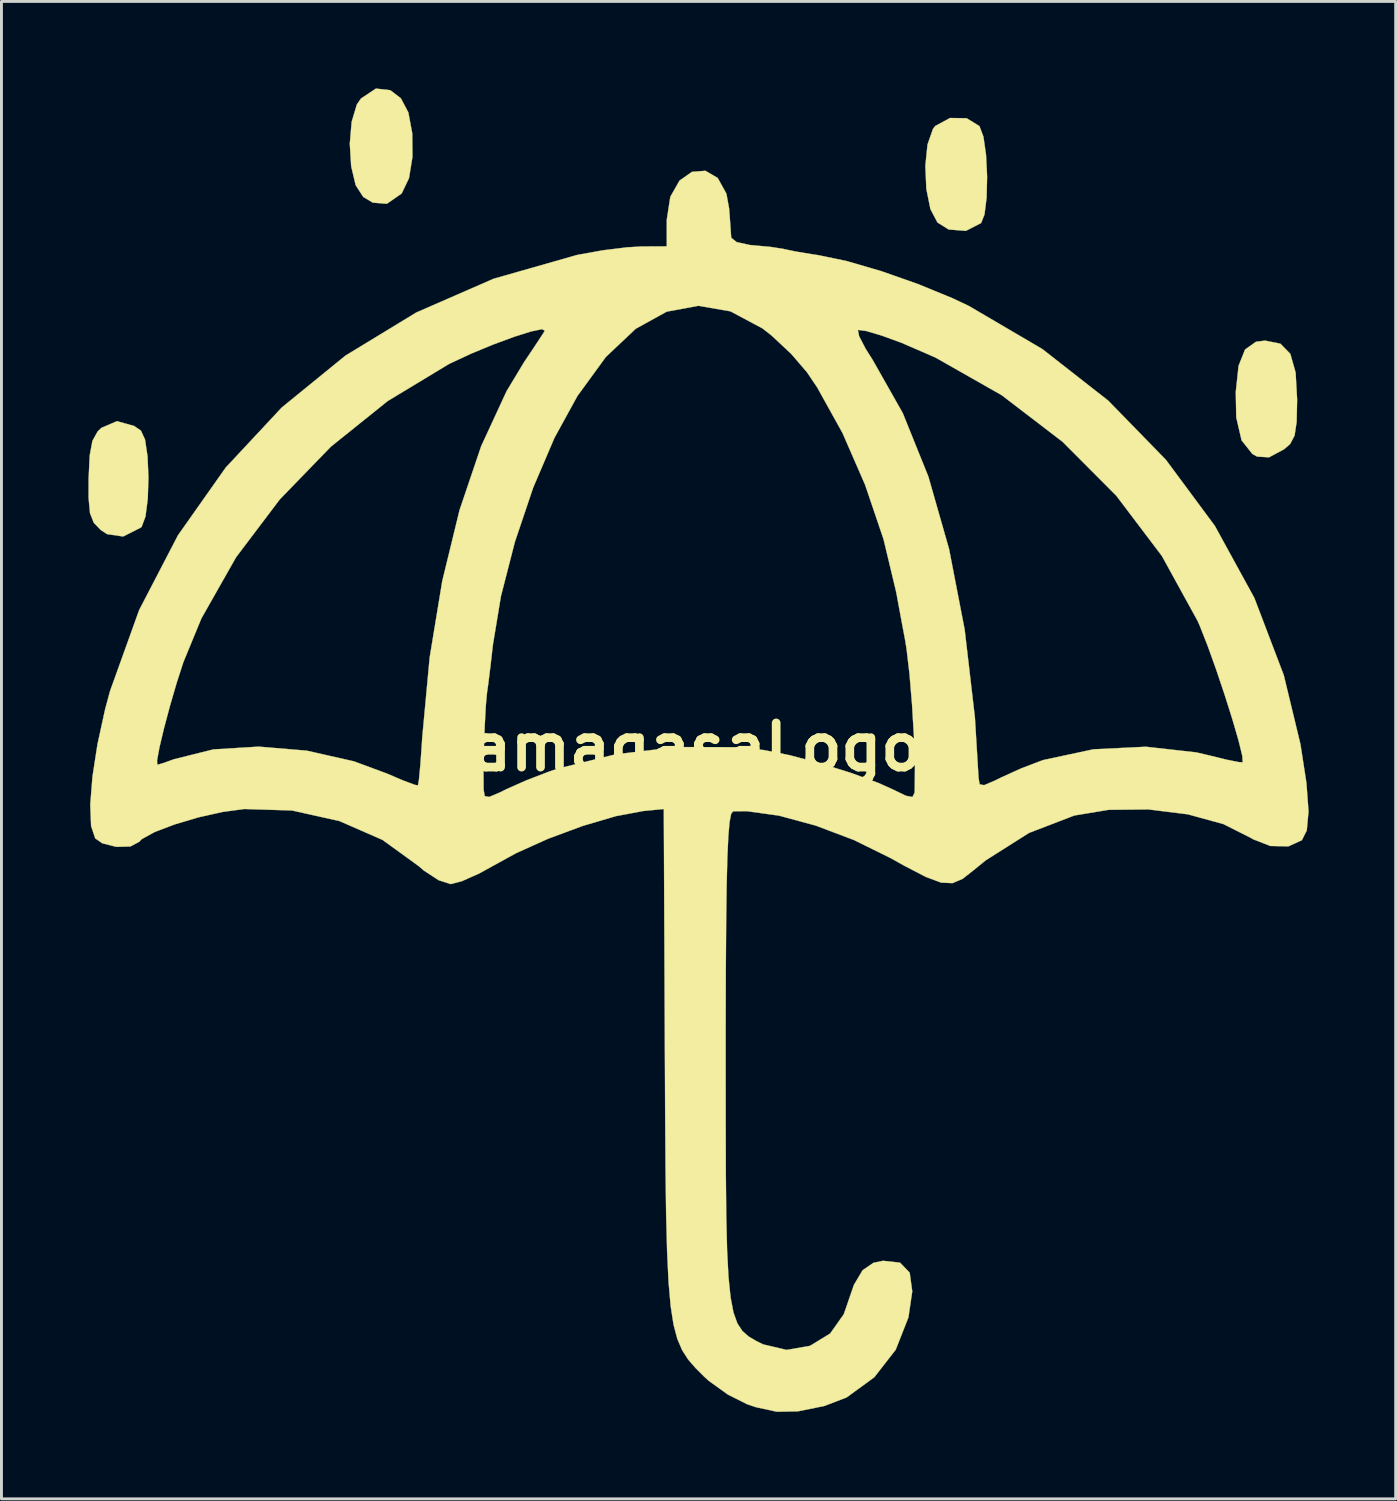
<source format=kicad_pcb>
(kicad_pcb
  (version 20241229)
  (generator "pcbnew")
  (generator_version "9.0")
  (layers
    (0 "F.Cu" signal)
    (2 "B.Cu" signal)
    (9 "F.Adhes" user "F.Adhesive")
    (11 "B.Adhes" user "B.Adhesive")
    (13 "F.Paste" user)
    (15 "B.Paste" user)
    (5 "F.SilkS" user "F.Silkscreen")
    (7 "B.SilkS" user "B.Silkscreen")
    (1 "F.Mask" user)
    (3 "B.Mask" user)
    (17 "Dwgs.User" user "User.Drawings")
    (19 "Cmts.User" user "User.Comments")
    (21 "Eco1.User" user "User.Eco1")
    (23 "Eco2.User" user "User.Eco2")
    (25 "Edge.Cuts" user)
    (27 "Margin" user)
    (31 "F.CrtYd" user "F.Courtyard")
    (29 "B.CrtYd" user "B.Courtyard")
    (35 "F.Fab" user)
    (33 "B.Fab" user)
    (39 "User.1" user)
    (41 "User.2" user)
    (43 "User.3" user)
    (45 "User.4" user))
  (footprint "amagasaLogo"
    (layer "F.Cu")
    (at 20.963 22.719)
    (property "Reference" "amagasaLogo" (at 0 0 0) (layer "F.SilkS") (effects (font (size 1.524 1.524) (thickness 0.3))))
    (attr through_hole)
    (fp_poly (pts (xy -10.55 -22.657) (xy -10.188 -22.38) (xy -9.928 -21.89) (xy -9.794 -21.166) (xy -9.787 -20.361) (xy -9.906 -19.625) (xy -10.152 -19.11) (xy -10.179 -19.081) (xy -10.67 -18.741) (xy -11.154 -18.78) (xy -11.485 -18.977) (xy -11.745 -19.379) (xy -11.901 -20.036) (xy -11.948 -20.812) (xy -11.884 -21.567) (xy -11.705 -22.165) (xy -11.564 -22.37) (xy -11.047 -22.714) (xy -10.55 -22.657)) (stroke (width 0.01) (type solid)) (fill yes) (layer "F.SilkS"))
    (fp_poly (pts (xy 9.328 -21.691) (xy 9.77 -21.418) (xy 9.907 -21.051) (xy 9.996 -20.429) (xy 10.033 -19.686) (xy 10.016 -18.955) (xy 9.943 -18.37) (xy 9.826 -18.076) (xy 9.301 -17.806) (xy 8.706 -17.854) (xy 8.321 -18.095) (xy 8.078 -18.556) (xy 7.937 -19.256) (xy 7.903 -20.048) (xy 7.978 -20.785) (xy 8.166 -21.323) (xy 8.244 -21.423) (xy 8.754 -21.699) (xy 9.328 -21.691)) (stroke (width 0.01) (type solid)) (fill yes) (layer "F.SilkS"))
    (fp_poly (pts (xy 20.148 -13.915) (xy 20.491 -13.565) (xy 20.674 -12.92) (xy 20.726 -11.986) (xy 20.709 -11.218) (xy 20.638 -10.745) (xy 20.484 -10.454) (xy 20.275 -10.273) (xy 19.756 -9.996) (xy 19.347 -10.021) (xy 19.182 -10.112) (xy 18.81 -10.581) (xy 18.626 -11.375) (xy 18.61 -12.251) (xy 18.707 -13.154) (xy 18.93 -13.714) (xy 19.306 -13.981) (xy 19.619 -14.021) (xy 20.148 -13.915)) (stroke (width 0.01) (type solid)) (fill yes) (layer "F.SilkS"))
    (fp_poly (pts (xy -19.388 -11.077) (xy -19.152 -10.916) (xy -19.01 -10.606) (xy -18.924 -10.025) (xy -18.893 -9.302) (xy -18.916 -8.57) (xy -18.994 -7.959) (xy -19.127 -7.599) (xy -19.152 -7.575) (xy -19.765 -7.265) (xy -20.322 -7.347) (xy -20.54 -7.491) (xy -20.779 -7.739) (xy -20.909 -8.07) (xy -20.958 -8.599) (xy -20.957 -9.259) (xy -20.919 -10.059) (xy -20.825 -10.564) (xy -20.647 -10.885) (xy -20.514 -11.013) (xy -19.979 -11.242) (xy -19.388 -11.077)) (stroke (width 0.01) (type solid)) (fill yes) (layer "F.SilkS"))
    (fp_poly (pts (xy 0.741 -19.631) (xy 1.042 -19.088) (xy 1.135 -18.574) (xy 1.177 -18.009) (xy 1.204 -17.614) (xy 1.207 -17.568) (xy 1.395 -17.419) (xy 1.846 -17.319) (xy 1.981 -17.307) (xy 2.568 -17.253) (xy 3.009 -17.184) (xy 3.048 -17.174) (xy 3.433 -17.094) (xy 4.024 -16.996) (xy 4.224 -16.966) (xy 5.194 -16.764) (xy 6.382 -16.417) (xy 7.644 -15.974) (xy 8.84 -15.483) (xy 9.403 -15.217) (xy 11.938 -13.73) (xy 14.211 -11.951) (xy 16.202 -9.908) (xy 17.889 -7.63) (xy 19.251 -5.145) (xy 20.266 -2.481) (xy 20.84 -0.102) (xy 21.047 1.234) (xy 21.119 2.216) (xy 21.059 2.873) (xy 20.889 3.211) (xy 20.423 3.423) (xy 19.801 3.409) (xy 19.199 3.174) (xy 19.153 3.143) (xy 18.183 2.654) (xy 16.954 2.317) (xy 15.592 2.148) (xy 14.22 2.163) (xy 13.042 2.358) (xy 11.479 2.959) (xy 9.983 3.906) (xy 9.577 4.238) (xy 9.189 4.542) (xy 8.841 4.691) (xy 8.446 4.673) (xy 7.919 4.476) (xy 7.171 4.088) (xy 6.706 3.828) (xy 5.445 3.206) (xy 4.125 2.707) (xy 2.856 2.363) (xy 1.748 2.209) (xy 1.27 2.214) (xy 1.205 2.302) (xy 1.151 2.576) (xy 1.108 3.066) (xy 1.074 3.8) (xy 1.049 4.809) (xy 1.032 6.123) (xy 1.021 7.772) (xy 1.016 9.786) (xy 1.016 10.687) (xy 1.017 12.869) (xy 1.022 14.682) (xy 1.036 16.162) (xy 1.065 17.347) (xy 1.113 18.274) (xy 1.185 18.979) (xy 1.285 19.5) (xy 1.419 19.874) (xy 1.591 20.137) (xy 1.806 20.328) (xy 2.07 20.482) (xy 2.308 20.6) (xy 3.117 20.791) (xy 3.925 20.65) (xy 4.62 20.225) (xy 5.087 19.564) (xy 5.151 19.385) (xy 5.438 18.55) (xy 5.738 18.043) (xy 6.111 17.787) (xy 6.444 17.717) (xy 7.03 17.781) (xy 7.363 18.126) (xy 7.451 18.771) (xy 7.32 19.668) (xy 6.881 20.784) (xy 6.143 21.733) (xy 5.187 22.43) (xy 4.42 22.724) (xy 3.51 22.909) (xy 2.783 22.923) (xy 2.052 22.764) (xy 1.753 22.663) (xy 1.096 22.333) (xy 0.435 21.859) (xy 0.282 21.72) (xy -0.023 21.416) (xy -0.277 21.123) (xy -0.485 20.8) (xy -0.652 20.41) (xy -0.783 19.914) (xy -0.882 19.273) (xy -0.954 18.449) (xy -1.004 17.404) (xy -1.038 16.098) (xy -1.059 14.494) (xy -1.072 12.552) (xy -1.08 10.755) (xy -1.118 2.134) (xy -1.829 2.204) (xy -2.768 2.38) (xy -3.907 2.715) (xy -5.101 3.157) (xy -6.203 3.653) (xy -6.807 3.984) (xy -7.485 4.358) (xy -8.083 4.624) (xy -8.467 4.724) (xy -8.883 4.591) (xy -9.396 4.256) (xy -9.573 4.103) (xy -10.819 3.2) (xy -12.308 2.549) (xy -13.943 2.185) (xy -15.587 2.134) (xy -16.334 2.235) (xy -17.172 2.423) (xy -17.99 2.666) (xy -18.677 2.927) (xy -19.122 3.172) (xy -19.211 3.264) (xy -19.515 3.427) (xy -20.002 3.439) (xy -20.485 3.316) (xy -20.729 3.147) (xy -20.871 2.723) (xy -20.9 1.988) (xy -20.824 1.02) (xy -20.737 0.458) (xy -18.596 0.458) (xy -18.588 0.61) (xy -18.367 0.546) (xy -18.017 0.419) (xy -16.656 0.079) (xy -15.09 -0.017) (xy -13.435 0.122) (xy -11.806 0.49) (xy -10.674 0.909) (xy -10.104 1.152) (xy -9.709 1.299) (xy -9.598 1.322) (xy -9.562 1.115) (xy -9.536 0.842) (xy -7.337 0.842) (xy -7.333 1.432) (xy -7.331 1.477) (xy -7.294 1.69) (xy -7.14 1.718) (xy -6.767 1.56) (xy -6.553 1.454) (xy -5.882 1.155) (xy -5.085 0.847) (xy -4.775 0.742) (xy -2.783 0.249) (xy -0.665 -0.003) (xy 1.407 0.003) (xy 2.337 0.102) (xy 3.218 0.277) (xy 4.271 0.556) (xy 5.342 0.89) (xy 6.275 1.232) (xy 6.754 1.447) (xy 7.234 1.678) (xy 7.458 1.72) (xy 7.529 1.577) (xy 7.536 1.477) (xy 7.544 0.685) (xy 7.51 -0.343) (xy 7.444 -1.464) (xy 7.355 -2.534) (xy 7.252 -3.41) (xy 7.2 -3.722) (xy 7.116 -4.165) (xy 6.992 -4.834) (xy 6.9 -5.337) (xy 6.461 -7.171) (xy 5.824 -9.049) (xy 5.044 -10.838) (xy 4.173 -12.406) (xy 3.821 -12.929) (xy 3.275 -13.565) (xy 2.594 -14.201) (xy 2.362 -14.383) (xy 5.577 -14.383) (xy 5.62 -14.169) (xy 5.846 -13.735) (xy 6.083 -13.36) (xy 7.125 -11.519) (xy 8.007 -9.333) (xy 8.721 -6.834) (xy 9.259 -4.054) (xy 9.612 -1.027) (xy 9.739 1.071) (xy 9.776 1.283) (xy 9.93 1.312) (xy 10.302 1.154) (xy 10.516 1.048) (xy 11.21 0.733) (xy 11.908 0.467) (xy 11.989 0.441) (xy 13.7 0.075) (xy 15.51 -0.013) (xy 17.249 0.182) (xy 17.678 0.282) (xy 18.292 0.433) (xy 18.72 0.517) (xy 18.849 0.523) (xy 18.834 0.297) (xy 18.707 -0.223) (xy 18.496 -0.95) (xy 18.229 -1.795) (xy 17.935 -2.671) (xy 17.641 -3.491) (xy 17.375 -4.167) (xy 17.294 -4.353) (xy 16.062 -6.593) (xy 14.491 -8.669) (xy 12.633 -10.533) (xy 10.537 -12.138) (xy 8.254 -13.436) (xy 7.085 -13.944) (xy 6.396 -14.195) (xy 5.863 -14.353) (xy 5.589 -14.389) (xy 5.577 -14.383) (xy 2.362 -14.383) (xy 2.289 -14.44) (xy 1.181 -15.031) (xy 0.075 -15.222) (xy -1.018 -15.02) (xy -2.086 -14.43) (xy -3.116 -13.458) (xy -4.098 -12.11) (xy -4.889 -10.668) (xy -5.623 -8.951) (xy -6.255 -7.075) (xy -6.736 -5.202) (xy -7.012 -3.534) (xy -7.096 -2.799) (xy -7.174 -2.169) (xy -7.215 -1.883) (xy -7.256 -1.442) (xy -7.294 -0.743) (xy -7.323 0.068) (xy -7.337 0.842) (xy -9.536 0.842) (xy -9.514 0.602) (xy -9.463 -0.115) (xy -9.452 -0.304) (xy -9.194 -3.087) (xy -8.759 -5.73) (xy -8.162 -8.179) (xy -7.417 -10.38) (xy -6.54 -12.278) (xy -5.94 -13.273) (xy -5.579 -13.813) (xy -5.303 -14.233) (xy -5.223 -14.359) (xy -5.313 -14.416) (xy -5.693 -14.338) (xy -6.28 -14.153) (xy -6.992 -13.89) (xy -7.748 -13.578) (xy -8.464 -13.245) (xy -8.54 -13.207) (xy -10.64 -11.938) (xy -12.6 -10.364) (xy -14.361 -8.547) (xy -15.869 -6.552) (xy -17.066 -4.441) (xy -17.687 -2.934) (xy -17.919 -2.218) (xy -18.15 -1.426) (xy -18.356 -0.653) (xy -18.513 0.007) (xy -18.596 0.458) (xy -20.737 0.458) (xy -20.65 -0.104) (xy -20.387 -1.308) (xy -20.219 -1.93) (xy -19.213 -4.729) (xy -17.875 -7.306) (xy -16.228 -9.642) (xy -14.294 -11.715) (xy -12.096 -13.505) (xy -9.654 -14.991) (xy -6.992 -16.153) (xy -4.132 -16.969) (xy -4.064 -16.984) (xy -3.216 -17.136) (xy -2.382 -17.239) (xy -1.88 -17.268) (xy -1.016 -17.272) (xy -1.016 -18.186) (xy -0.893 -18.982) (xy -0.577 -19.539) (xy -0.147 -19.842) (xy 0.318 -19.878) (xy 0.741 -19.631)) (stroke (width 0.01) (type solid)) (fill yes) (layer "F.SilkS")))
  (gr_rect
    (start -3 -3)
    (end 45.088 48.647)
    (stroke (width 0.1) (type default))
    (fill no)
    (layer "Edge.Cuts")))
</source>
